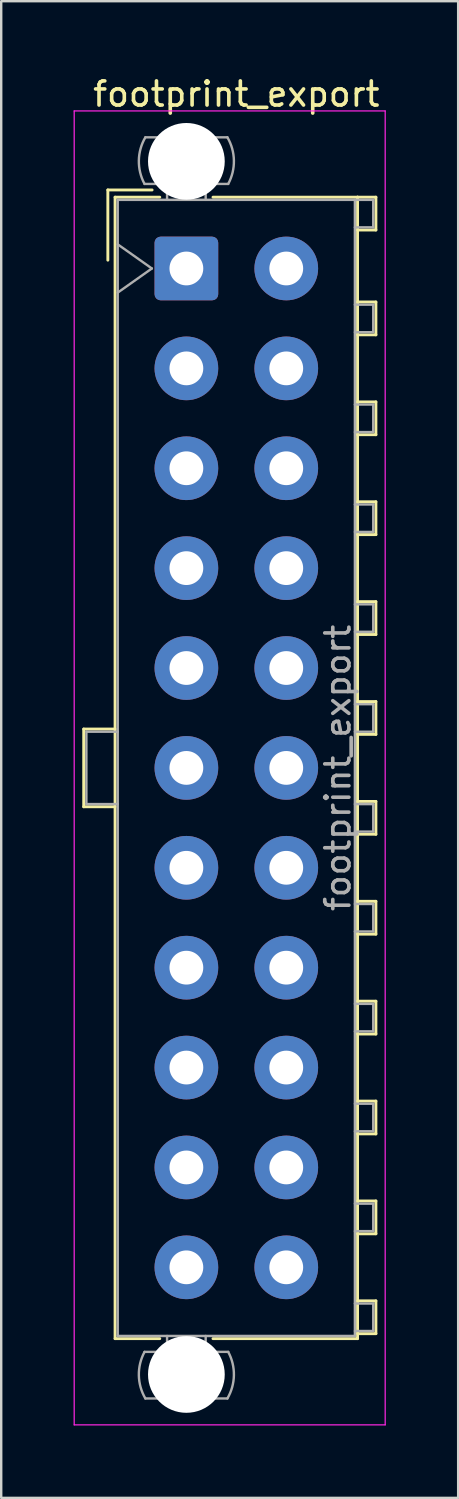
<source format=kicad_pcb>
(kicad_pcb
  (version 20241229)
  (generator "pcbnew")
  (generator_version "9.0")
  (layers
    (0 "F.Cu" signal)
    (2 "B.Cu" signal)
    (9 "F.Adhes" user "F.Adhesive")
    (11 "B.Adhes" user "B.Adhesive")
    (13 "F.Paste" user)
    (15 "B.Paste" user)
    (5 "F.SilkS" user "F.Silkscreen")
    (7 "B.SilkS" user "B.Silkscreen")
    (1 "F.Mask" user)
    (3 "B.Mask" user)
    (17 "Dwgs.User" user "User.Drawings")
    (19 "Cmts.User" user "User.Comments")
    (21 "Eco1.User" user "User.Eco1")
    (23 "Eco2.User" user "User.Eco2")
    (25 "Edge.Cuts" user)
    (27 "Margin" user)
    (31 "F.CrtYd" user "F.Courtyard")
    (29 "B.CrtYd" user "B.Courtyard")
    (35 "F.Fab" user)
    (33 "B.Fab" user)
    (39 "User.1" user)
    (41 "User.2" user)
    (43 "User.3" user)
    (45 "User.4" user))
  (footprint "footprint_export"
    (layer "F.Cu")
    (at 4.675 8.078)
    (property "Reference" "footprint_export" (at 2.07 -7.23 0) (layer "F.SilkS") (effects (font (size 1 1) (thickness 0.15))))
    (attr through_hole)
    (fp_line (start -4.255 19.09) (end -4.255 22.31) (stroke (width 0.12) (type solid)) (layer "F.SilkS"))
    (fp_line (start -4.255 22.31) (end -2.955 22.31) (stroke (width 0.12) (type solid)) (layer "F.SilkS"))
    (fp_line (start -3.255 -3.255) (end -3.255 -0.345) (stroke (width 0.12) (type solid)) (layer "F.SilkS"))
    (fp_line (start -2.955 -2.955) (end -2.955 44.355) (stroke (width 0.12) (type solid)) (layer "F.SilkS"))
    (fp_line (start -2.955 19.09) (end -4.255 19.09) (stroke (width 0.12) (type solid)) (layer "F.SilkS"))
    (fp_line (start -2.955 44.355) (end -1.103 44.355) (stroke (width 0.12) (type solid)) (layer "F.SilkS"))
    (fp_line (start -1.421 -3.255) (end -3.255 -3.255) (stroke (width 0.12) (type solid)) (layer "F.SilkS"))
    (fp_line (start -1.103 -2.955) (end -2.955 -2.955) (stroke (width 0.12) (type solid)) (layer "F.SilkS"))
    (fp_line (start 1.103 -2.955) (end 7.095 -2.955) (stroke (width 0.12) (type solid)) (layer "F.SilkS"))
    (fp_line (start 7.095 -2.955) (end 7.095 44.355) (stroke (width 0.12) (type solid)) (layer "F.SilkS"))
    (fp_line (start 7.095 -2.955) (end 7.855 -2.955) (stroke (width 0.12) (type solid)) (layer "F.SilkS"))
    (fp_line (start 7.095 1.39) (end 7.855 1.39) (stroke (width 0.12) (type solid)) (layer "F.SilkS"))
    (fp_line (start 7.095 5.53) (end 7.855 5.53) (stroke (width 0.12) (type solid)) (layer "F.SilkS"))
    (fp_line (start 7.095 9.67) (end 7.855 9.67) (stroke (width 0.12) (type solid)) (layer "F.SilkS"))
    (fp_line (start 7.095 13.81) (end 7.855 13.81) (stroke (width 0.12) (type solid)) (layer "F.SilkS"))
    (fp_line (start 7.095 17.95) (end 7.855 17.95) (stroke (width 0.12) (type solid)) (layer "F.SilkS"))
    (fp_line (start 7.095 22.09) (end 7.855 22.09) (stroke (width 0.12) (type solid)) (layer "F.SilkS"))
    (fp_line (start 7.095 26.23) (end 7.855 26.23) (stroke (width 0.12) (type solid)) (layer "F.SilkS"))
    (fp_line (start 7.095 30.37) (end 7.855 30.37) (stroke (width 0.12) (type solid)) (layer "F.SilkS"))
    (fp_line (start 7.095 34.51) (end 7.855 34.51) (stroke (width 0.12) (type solid)) (layer "F.SilkS"))
    (fp_line (start 7.095 38.65) (end 7.855 38.65) (stroke (width 0.12) (type solid)) (layer "F.SilkS"))
    (fp_line (start 7.095 42.79) (end 7.855 42.79) (stroke (width 0.12) (type solid)) (layer "F.SilkS"))
    (fp_line (start 7.095 44.355) (end 1.103 44.355) (stroke (width 0.12) (type solid)) (layer "F.SilkS"))
    (fp_line (start 7.855 -2.955) (end 7.855 -1.595) (stroke (width 0.12) (type solid)) (layer "F.SilkS"))
    (fp_line (start 7.855 -1.595) (end 7.095 -1.595) (stroke (width 0.12) (type solid)) (layer "F.SilkS"))
    (fp_line (start 7.855 1.39) (end 7.855 2.75) (stroke (width 0.12) (type solid)) (layer "F.SilkS"))
    (fp_line (start 7.855 2.75) (end 7.095 2.75) (stroke (width 0.12) (type solid)) (layer "F.SilkS"))
    (fp_line (start 7.855 5.53) (end 7.855 6.89) (stroke (width 0.12) (type solid)) (layer "F.SilkS"))
    (fp_line (start 7.855 6.89) (end 7.095 6.89) (stroke (width 0.12) (type solid)) (layer "F.SilkS"))
    (fp_line (start 7.855 9.67) (end 7.855 11.03) (stroke (width 0.12) (type solid)) (layer "F.SilkS"))
    (fp_line (start 7.855 11.03) (end 7.095 11.03) (stroke (width 0.12) (type solid)) (layer "F.SilkS"))
    (fp_line (start 7.855 13.81) (end 7.855 15.17) (stroke (width 0.12) (type solid)) (layer "F.SilkS"))
    (fp_line (start 7.855 15.17) (end 7.095 15.17) (stroke (width 0.12) (type solid)) (layer "F.SilkS"))
    (fp_line (start 7.855 17.95) (end 7.855 19.31) (stroke (width 0.12) (type solid)) (layer "F.SilkS"))
    (fp_line (start 7.855 19.31) (end 7.095 19.31) (stroke (width 0.12) (type solid)) (layer "F.SilkS"))
    (fp_line (start 7.855 22.09) (end 7.855 23.45) (stroke (width 0.12) (type solid)) (layer "F.SilkS"))
    (fp_line (start 7.855 23.45) (end 7.095 23.45) (stroke (width 0.12) (type solid)) (layer "F.SilkS"))
    (fp_line (start 7.855 26.23) (end 7.855 27.59) (stroke (width 0.12) (type solid)) (layer "F.SilkS"))
    (fp_line (start 7.855 27.59) (end 7.095 27.59) (stroke (width 0.12) (type solid)) (layer "F.SilkS"))
    (fp_line (start 7.855 30.37) (end 7.855 31.73) (stroke (width 0.12) (type solid)) (layer "F.SilkS"))
    (fp_line (start 7.855 31.73) (end 7.095 31.73) (stroke (width 0.12) (type solid)) (layer "F.SilkS"))
    (fp_line (start 7.855 34.51) (end 7.855 35.87) (stroke (width 0.12) (type solid)) (layer "F.SilkS"))
    (fp_line (start 7.855 35.87) (end 7.095 35.87) (stroke (width 0.12) (type solid)) (layer "F.SilkS"))
    (fp_line (start 7.855 38.65) (end 7.855 40.01) (stroke (width 0.12) (type solid)) (layer "F.SilkS"))
    (fp_line (start 7.855 40.01) (end 7.095 40.01) (stroke (width 0.12) (type solid)) (layer "F.SilkS"))
    (fp_line (start 7.855 42.79) (end 7.855 44.15) (stroke (width 0.12) (type solid)) (layer "F.SilkS"))
    (fp_line (start 7.855 44.15) (end 7.095 44.15) (stroke (width 0.12) (type solid)) (layer "F.SilkS"))
    (fp_line (start -4.65 -6.53) (end -4.65 47.93) (stroke (width 0.05) (type solid)) (layer "F.CrtYd"))
    (fp_line (start -4.65 47.93) (end 8.24 47.93) (stroke (width 0.05) (type solid)) (layer "F.CrtYd"))
    (fp_line (start 8.24 -6.53) (end -4.65 -6.53) (stroke (width 0.05) (type solid)) (layer "F.CrtYd"))
    (fp_line (start 8.24 47.93) (end 8.24 -6.53) (stroke (width 0.05) (type solid)) (layer "F.CrtYd"))
    (fp_line (start -4.145 19.2) (end -4.145 22.2) (stroke (width 0.1) (type solid)) (layer "F.Fab"))
    (fp_line (start -4.145 22.2) (end -2.845 22.2) (stroke (width 0.1) (type solid)) (layer "F.Fab"))
    (fp_line (start -2.845 -2.845) (end -2.845 44.245) (stroke (width 0.1) (type solid)) (layer "F.Fab"))
    (fp_line (start -2.845 -1) (end -1.431 0) (stroke (width 0.1) (type solid)) (layer "F.Fab"))
    (fp_line (start -2.845 19.2) (end -4.145 19.2) (stroke (width 0.1) (type solid)) (layer "F.Fab"))
    (fp_line (start -2.845 44.245) (end 6.985 44.245) (stroke (width 0.1) (type solid)) (layer "F.Fab"))
    (fp_line (start -1.431 0) (end -2.845 1) (stroke (width 0.1) (type solid)) (layer "F.Fab"))
    (fp_line (start -0.8 -2.845) (end -0.8 -3.505) (stroke (width 0.1) (type solid)) (layer "F.Fab"))
    (fp_line (start -0.8 44.245) (end -0.8 44.905) (stroke (width 0.1) (type solid)) (layer "F.Fab"))
    (fp_line (start 0.8 -2.845) (end 0.8 -3.505) (stroke (width 0.1) (type solid)) (layer "F.Fab"))
    (fp_line (start 0.8 44.245) (end 0.8 44.905) (stroke (width 0.1) (type solid)) (layer "F.Fab"))
    (fp_line (start 1.7 -5.436) (end -1.7 -5.436) (stroke (width 0.1) (type solid)) (layer "F.Fab"))
    (fp_line (start 1.7 46.836) (end -1.7 46.836) (stroke (width 0.1) (type solid)) (layer "F.Fab"))
    (fp_line (start 1.734 -3.505) (end -1.734 -3.505) (stroke (width 0.1) (type solid)) (layer "F.Fab"))
    (fp_line (start 1.734 44.905) (end -1.734 44.905) (stroke (width 0.1) (type solid)) (layer "F.Fab"))
    (fp_line (start 6.985 -2.845) (end -2.845 -2.845) (stroke (width 0.1) (type solid)) (layer "F.Fab"))
    (fp_line (start 6.985 -2.845) (end 7.745 -2.845) (stroke (width 0.1) (type solid)) (layer "F.Fab"))
    (fp_line (start 6.985 1.5) (end 7.745 1.5) (stroke (width 0.1) (type solid)) (layer "F.Fab"))
    (fp_line (start 6.985 5.64) (end 7.745 5.64) (stroke (width 0.1) (type solid)) (layer "F.Fab"))
    (fp_line (start 6.985 9.78) (end 7.745 9.78) (stroke (width 0.1) (type solid)) (layer "F.Fab"))
    (fp_line (start 6.985 13.92) (end 7.745 13.92) (stroke (width 0.1) (type solid)) (layer "F.Fab"))
    (fp_line (start 6.985 18.06) (end 7.745 18.06) (stroke (width 0.1) (type solid)) (layer "F.Fab"))
    (fp_line (start 6.985 22.2) (end 7.745 22.2) (stroke (width 0.1) (type solid)) (layer "F.Fab"))
    (fp_line (start 6.985 26.34) (end 7.745 26.34) (stroke (width 0.1) (type solid)) (layer "F.Fab"))
    (fp_line (start 6.985 30.48) (end 7.745 30.48) (stroke (width 0.1) (type solid)) (layer "F.Fab"))
    (fp_line (start 6.985 34.62) (end 7.745 34.62) (stroke (width 0.1) (type solid)) (layer "F.Fab"))
    (fp_line (start 6.985 38.76) (end 7.745 38.76) (stroke (width 0.1) (type solid)) (layer "F.Fab"))
    (fp_line (start 6.985 42.9) (end 7.745 42.9) (stroke (width 0.1) (type solid)) (layer "F.Fab"))
    (fp_line (start 6.985 44.245) (end 6.985 -2.845) (stroke (width 0.1) (type solid)) (layer "F.Fab"))
    (fp_line (start 7.745 -2.845) (end 7.745 -1.705) (stroke (width 0.1) (type solid)) (layer "F.Fab"))
    (fp_line (start 7.745 -1.705) (end 6.985 -1.705) (stroke (width 0.1) (type solid)) (layer "F.Fab"))
    (fp_line (start 7.745 1.5) (end 7.745 2.64) (stroke (width 0.1) (type solid)) (layer "F.Fab"))
    (fp_line (start 7.745 2.64) (end 6.985 2.64) (stroke (width 0.1) (type solid)) (layer "F.Fab"))
    (fp_line (start 7.745 5.64) (end 7.745 6.78) (stroke (width 0.1) (type solid)) (layer "F.Fab"))
    (fp_line (start 7.745 6.78) (end 6.985 6.78) (stroke (width 0.1) (type solid)) (layer "F.Fab"))
    (fp_line (start 7.745 9.78) (end 7.745 10.92) (stroke (width 0.1) (type solid)) (layer "F.Fab"))
    (fp_line (start 7.745 10.92) (end 6.985 10.92) (stroke (width 0.1) (type solid)) (layer "F.Fab"))
    (fp_line (start 7.745 13.92) (end 7.745 15.06) (stroke (width 0.1) (type solid)) (layer "F.Fab"))
    (fp_line (start 7.745 15.06) (end 6.985 15.06) (stroke (width 0.1) (type solid)) (layer "F.Fab"))
    (fp_line (start 7.745 18.06) (end 7.745 19.2) (stroke (width 0.1) (type solid)) (layer "F.Fab"))
    (fp_line (start 7.745 19.2) (end 6.985 19.2) (stroke (width 0.1) (type solid)) (layer "F.Fab"))
    (fp_line (start 7.745 22.2) (end 7.745 23.34) (stroke (width 0.1) (type solid)) (layer "F.Fab"))
    (fp_line (start 7.745 23.34) (end 6.985 23.34) (stroke (width 0.1) (type solid)) (layer "F.Fab"))
    (fp_line (start 7.745 26.34) (end 7.745 27.48) (stroke (width 0.1) (type solid)) (layer "F.Fab"))
    (fp_line (start 7.745 27.48) (end 6.985 27.48) (stroke (width 0.1) (type solid)) (layer "F.Fab"))
    (fp_line (start 7.745 30.48) (end 7.745 31.62) (stroke (width 0.1) (type solid)) (layer "F.Fab"))
    (fp_line (start 7.745 31.62) (end 6.985 31.62) (stroke (width 0.1) (type solid)) (layer "F.Fab"))
    (fp_line (start 7.745 34.62) (end 7.745 35.76) (stroke (width 0.1) (type solid)) (layer "F.Fab"))
    (fp_line (start 7.745 35.76) (end 6.985 35.76) (stroke (width 0.1) (type solid)) (layer "F.Fab"))
    (fp_line (start 7.745 38.76) (end 7.745 39.9) (stroke (width 0.1) (type solid)) (layer "F.Fab"))
    (fp_line (start 7.745 39.9) (end 6.985 39.9) (stroke (width 0.1) (type solid)) (layer "F.Fab"))
    (fp_line (start 7.745 42.9) (end 7.745 44.04) (stroke (width 0.1) (type solid)) (layer "F.Fab"))
    (fp_line (start 7.745 44.04) (end 6.985 44.04) (stroke (width 0.1) (type solid)) (layer "F.Fab"))
    (fp_arc (start -1.733977 -3.505) (mid -1.96969 -4.474992) (end -1.699672 -5.436) (stroke (width 0.1) (type solid)) (layer "F.Fab"))
    (fp_arc (start -1.699672 46.836) (mid -1.969689 45.874992) (end -1.733977 44.905) (stroke (width 0.1) (type solid)) (layer "F.Fab"))
    (fp_arc (start 1.699672 -5.436) (mid 1.969689 -4.474992) (end 1.733977 -3.505) (stroke (width 0.1) (type solid)) (layer "F.Fab"))
    (fp_arc (start 1.733977 44.905) (mid 1.96969 45.874992) (end 1.699672 46.836) (stroke (width 0.1) (type solid)) (layer "F.Fab"))
    (fp_text user "${REFERENCE}" (at 6.28 20.7 90) (layer "F.Fab") (effects (font (size 1 1) (thickness 0.15))))
    (pad "" np_thru_hole circle (at 0 -4.44) (size 3.18 3.18) (drill 3.18) (layers "*.Cu" "*.Mask"))
    (pad "" np_thru_hole circle (at 0 45.84) (size 3.18 3.18) (drill 3.18) (layers "*.Cu" "*.Mask"))
    (pad "1" thru_hole roundrect (at 0 0) (size 2.64 2.64) (drill 1.4) (layers "*.Cu" "*.Mask") (roundrect_rratio 0.095))
    (pad "2" thru_hole circle (at 0 4.14) (size 2.64 2.64) (drill 1.4) (layers "*.Cu" "*.Mask"))
    (pad "3" thru_hole circle (at 0 8.28) (size 2.64 2.64) (drill 1.4) (layers "*.Cu" "*.Mask"))
    (pad "4" thru_hole circle (at 0 12.42) (size 2.64 2.64) (drill 1.4) (layers "*.Cu" "*.Mask"))
    (pad "5" thru_hole circle (at 0 16.56) (size 2.64 2.64) (drill 1.4) (layers "*.Cu" "*.Mask"))
    (pad "6" thru_hole circle (at 0 20.7) (size 2.64 2.64) (drill 1.4) (layers "*.Cu" "*.Mask"))
    (pad "7" thru_hole circle (at 0 24.84) (size 2.64 2.64) (drill 1.4) (layers "*.Cu" "*.Mask"))
    (pad "8" thru_hole circle (at 0 28.98) (size 2.64 2.64) (drill 1.4) (layers "*.Cu" "*.Mask"))
    (pad "9" thru_hole circle (at 0 33.12) (size 2.64 2.64) (drill 1.4) (layers "*.Cu" "*.Mask"))
    (pad "10" thru_hole circle (at 0 37.26) (size 2.64 2.64) (drill 1.4) (layers "*.Cu" "*.Mask"))
    (pad "11" thru_hole circle (at 0 41.4) (size 2.64 2.64) (drill 1.4) (layers "*.Cu" "*.Mask"))
    (pad "12" thru_hole circle (at 4.14 0) (size 2.64 2.64) (drill 1.4) (layers "*.Cu" "*.Mask"))
    (pad "13" thru_hole circle (at 4.14 4.14) (size 2.64 2.64) (drill 1.4) (layers "*.Cu" "*.Mask"))
    (pad "14" thru_hole circle (at 4.14 8.28) (size 2.64 2.64) (drill 1.4) (layers "*.Cu" "*.Mask"))
    (pad "15" thru_hole circle (at 4.14 12.42) (size 2.64 2.64) (drill 1.4) (layers "*.Cu" "*.Mask"))
    (pad "16" thru_hole circle (at 4.14 16.56) (size 2.64 2.64) (drill 1.4) (layers "*.Cu" "*.Mask"))
    (pad "17" thru_hole circle (at 4.14 20.7) (size 2.64 2.64) (drill 1.4) (layers "*.Cu" "*.Mask"))
    (pad "18" thru_hole circle (at 4.14 24.84) (size 2.64 2.64) (drill 1.4) (layers "*.Cu" "*.Mask"))
    (pad "19" thru_hole circle (at 4.14 28.98) (size 2.64 2.64) (drill 1.4) (layers "*.Cu" "*.Mask"))
    (pad "20" thru_hole circle (at 4.14 33.12) (size 2.64 2.64) (drill 1.4) (layers "*.Cu" "*.Mask"))
    (pad "21" thru_hole circle (at 4.14 37.26) (size 2.64 2.64) (drill 1.4) (layers "*.Cu" "*.Mask"))
    (pad "22" thru_hole circle (at 4.14 41.4) (size 2.64 2.64) (drill 1.4) (layers "*.Cu" "*.Mask")))
  (gr_rect
    (start -3 -3)
    (end 15.94 59.033)
    (stroke (width 0.1) (type default))
    (fill no)
    (layer "Edge.Cuts")))
</source>
